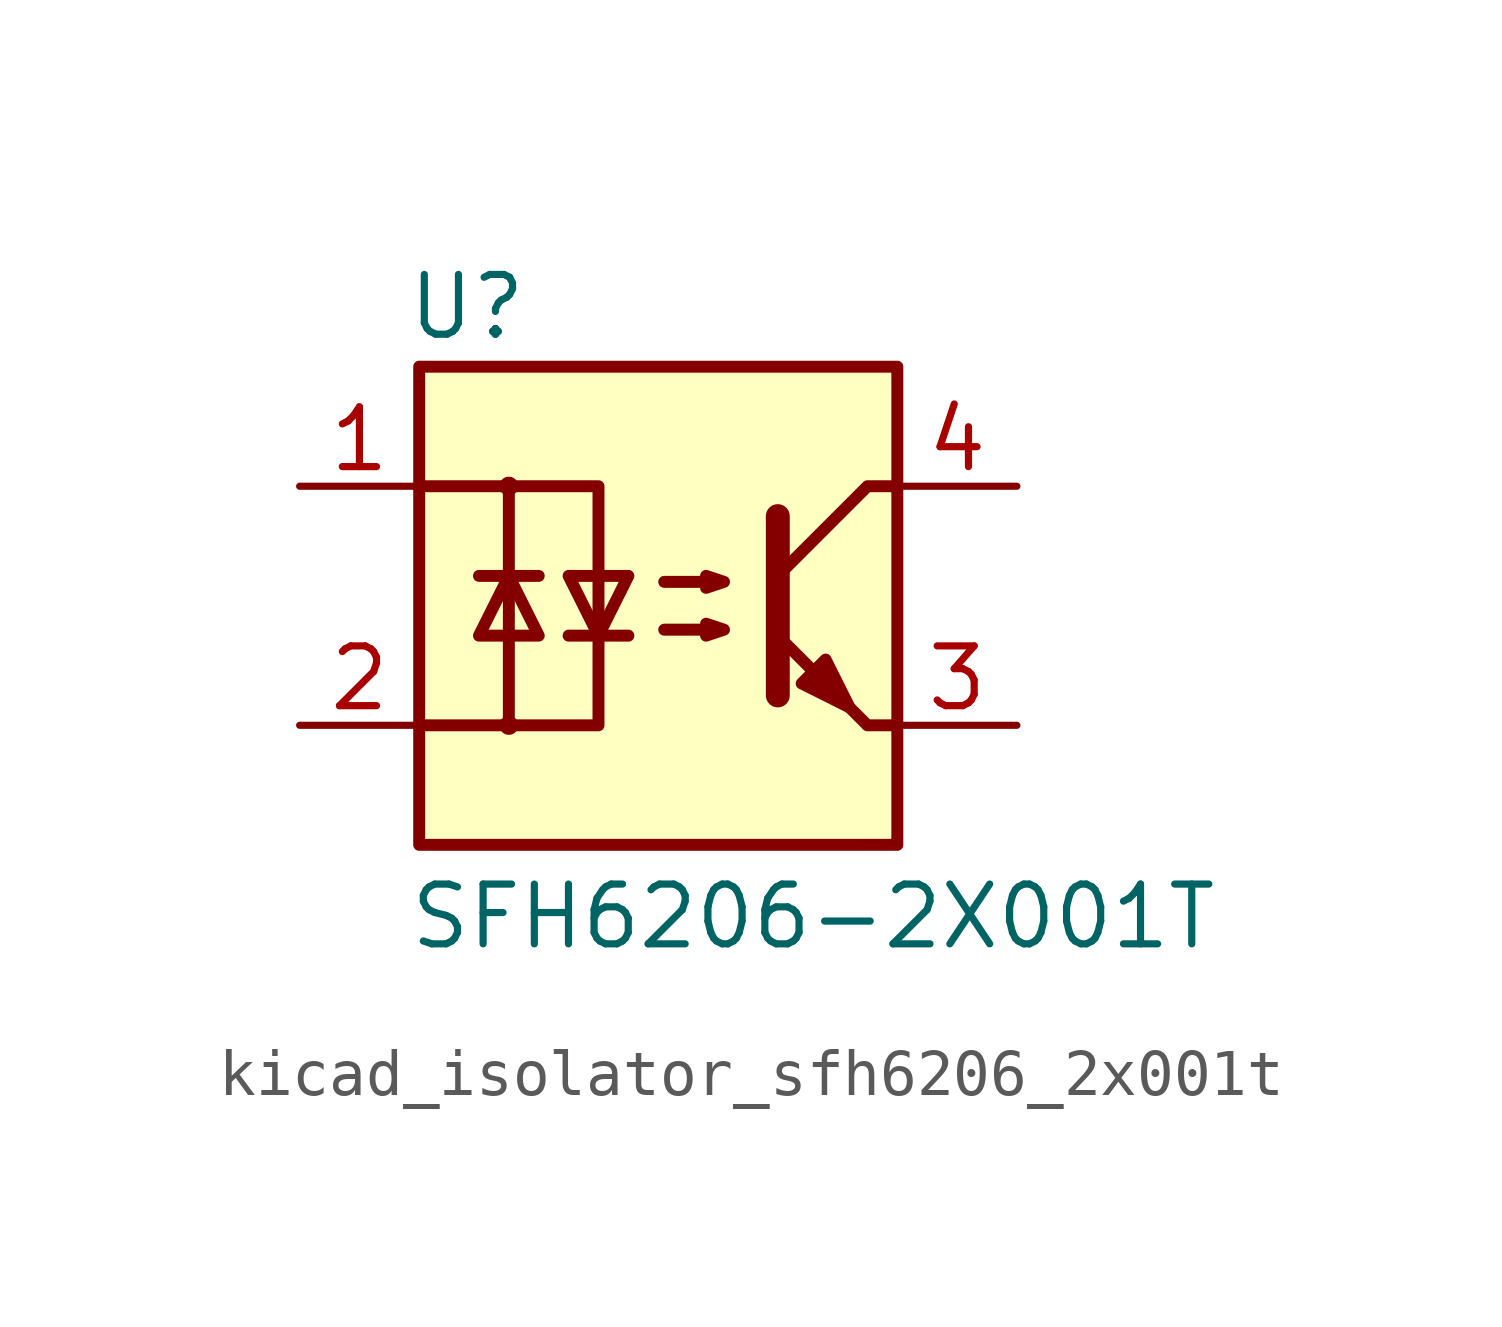
<source format=kicad_sym>
(kicad_symbol_lib
  (version 20220914)
  (generator kicad_symbol_editor)
  (symbol "kicad_isolator_sfh6206_2x001t"
    (pin_names
      (offset 1.016))
    (property "Reference" "U"
      (at -4.064 6.35 0)
      (effects (font (size 1.27 1.27))))
    (property "Value" "SFH6206-2X001T"
      (at -5.334 -6.604 0)
      (effects (font (size 1.27 1.27)) (justify left)))
    (symbol "kicad_isolator_sfh6206_2x001t_1_1"
      (rectangle (start -5.08 5.08) (end 5.08 -5.08) (stroke (width 0.254) (type default)) (fill (type background)))
      (circle (center -3.175 -2.54) (radius 0.127) (stroke (width 0) (type default)) (fill (type none)))
      (circle (center -3.175 2.54) (radius 0.127) (stroke (width 0) (type default)) (fill (type none)))
      (polyline (pts (xy -3.81 0.635) (xy -2.54 0.635)) (stroke (width 0.254) (type default)) (fill (type none)))
      (polyline (pts (xy -1.905 -0.635) (xy -0.635 -0.635)) (stroke (width 0.254) (type default)) (fill (type none)))
      (polyline (pts (xy 2.54 1.905) (xy 2.54 -1.905) (xy 2.54 -1.905)) (stroke (width 0.508) (type default)) (fill (type none)))
      (polyline (pts (xy 5.08 -2.54) (xy 4.445 -2.54) (xy 2.54 -0.635)) (stroke (width 0.254) (type default)) (fill (type none)))
      (polyline (pts (xy 5.08 2.54) (xy 4.445 2.54) (xy 2.54 0.635)) (stroke (width 0.254) (type default)) (fill (type none)))
      (polyline (pts (xy -5.08 2.54) (xy -3.175 2.54) (xy -3.175 -2.54) (xy -5.08 -2.54)) (stroke (width 0.254) (type default)) (fill (type none)))
      (polyline (pts (xy -3.175 -2.54) (xy -1.27 -2.54) (xy -1.27 2.54) (xy -3.175 2.54)) (stroke (width 0.254) (type default)) (fill (type none)))
      (polyline (pts (xy -3.175 0.635) (xy -3.81 -0.635) (xy -2.54 -0.635) (xy -3.175 0.635)) (stroke (width 0.254) (type default)) (fill (type none)))
      (polyline (pts (xy -1.27 -0.635) (xy -1.905 0.635) (xy -0.635 0.635) (xy -1.27 -0.635)) (stroke (width 0.254) (type default)) (fill (type none)))
      (polyline (pts (xy 0.127 -0.508) (xy 1.397 -0.508) (xy 1.016 -0.635) (xy 1.016 -0.381) (xy 1.397 -0.508)) (stroke (width 0.254) (type default)) (fill (type none)))
      (polyline (pts (xy 0.127 0.508) (xy 1.397 0.508) (xy 1.016 0.381) (xy 1.016 0.635) (xy 1.397 0.508)) (stroke (width 0.254) (type default)) (fill (type none)))
      (polyline (pts (xy 3.048 -1.651) (xy 3.556 -1.143) (xy 4.064 -2.159) (xy 3.048 -1.651) (xy 3.048 -1.651)) (stroke (width 0.254) (type default)) (fill (type outline)))
      (pin passive line (at -7.62 2.54 0) (length 2.54) (name "~" (effects (font (size 1.27 1.27)))) (number "1" (effects (font (size 1.27 1.27)))))
      (pin passive line (at -7.62 -2.54 0) (length 2.54) (name "~" (effects (font (size 1.27 1.27)))) (number "2" (effects (font (size 1.27 1.27)))))
      (pin passive line (at 7.62 -2.54 180) (length 2.54) (name "~" (effects (font (size 1.27 1.27)))) (number "3" (effects (font (size 1.27 1.27)))))
      (pin passive line (at 7.62 2.54 180) (length 2.54) (name "~" (effects (font (size 1.27 1.27)))) (number "4" (effects (font (size 1.27 1.27))))))))
</source>
